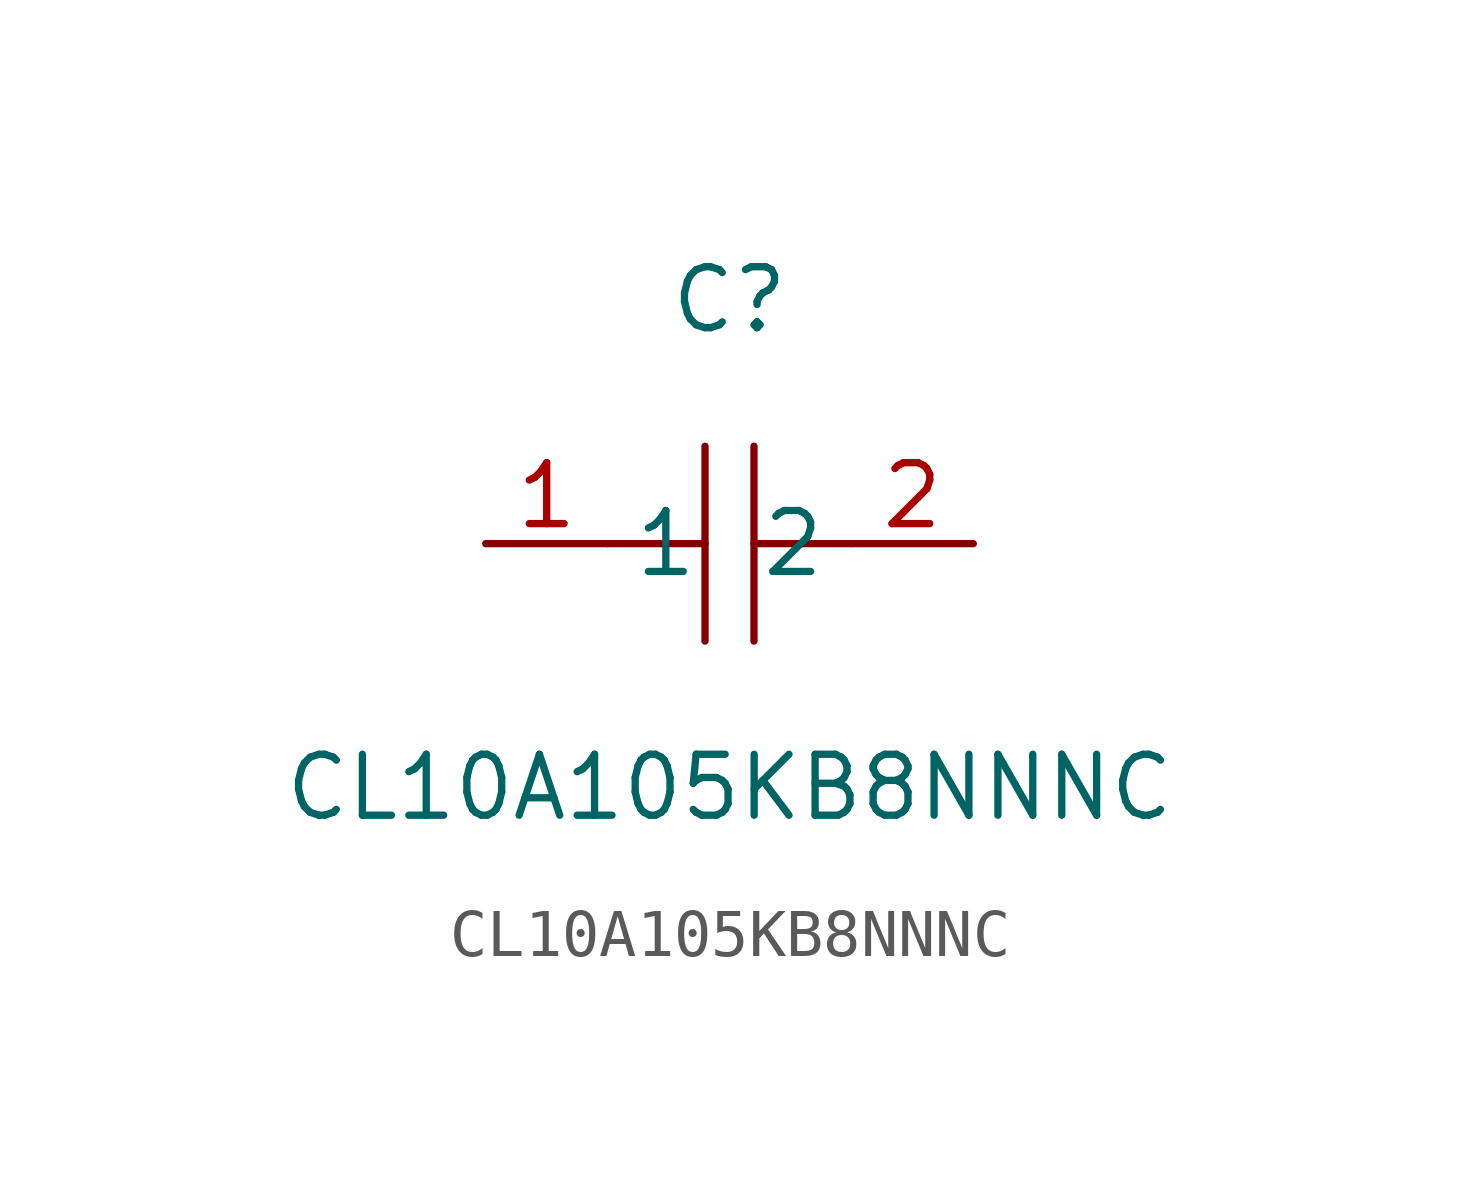
<source format=kicad_sym>
(kicad_symbol_lib
  (version 1)
  (generator "faebryk")
  (symbol "CL10A105KB8NNNC"
    (property "Reference" "C"
      (at 0 5.08 0)
      (effects (font (size 1.27 1.27)) (hide no)))
    (property "Value" "CL10A105KB8NNNC"
      (at 0 -5.08 0)
      (effects (font (size 1.27 1.27)) (hide no)))
    (symbol "CL10A105KB8NNNC_0_1"
      (polyline (stroke (width 0) (type default) (color 0 0 0 0)) (fill (type none)) (pts (xy -0.51 0) (xy -2.54 0)))
      (polyline (stroke (width 0) (type default) (color 0 0 0 0)) (fill (type none)) (pts (xy 0.51 2.03) (xy 0.51 -2.03)))
      (polyline (stroke (width 0) (type default) (color 0 0 0 0)) (fill (type none)) (pts (xy 2.54 0) (xy 0.51 0)))
      (polyline (stroke (width 0) (type default) (color 0 0 0 0)) (fill (type none)) (pts (xy -0.51 -2.03) (xy -0.51 2.03)))
      (pin unspecified line (at 5.08 0 180) (length 2.54) (name "2" (effects (font (size 1.27 1.27)) (hide no))) (number "2" (effects (font (size 1.27 1.27)) (hide no))))
      (pin unspecified line (at -5.08 0 0) (length 2.54) (name "1" (effects (font (size 1.27 1.27)) (hide no))) (number "1" (effects (font (size 1.27 1.27)) (hide no)))))))
</source>
